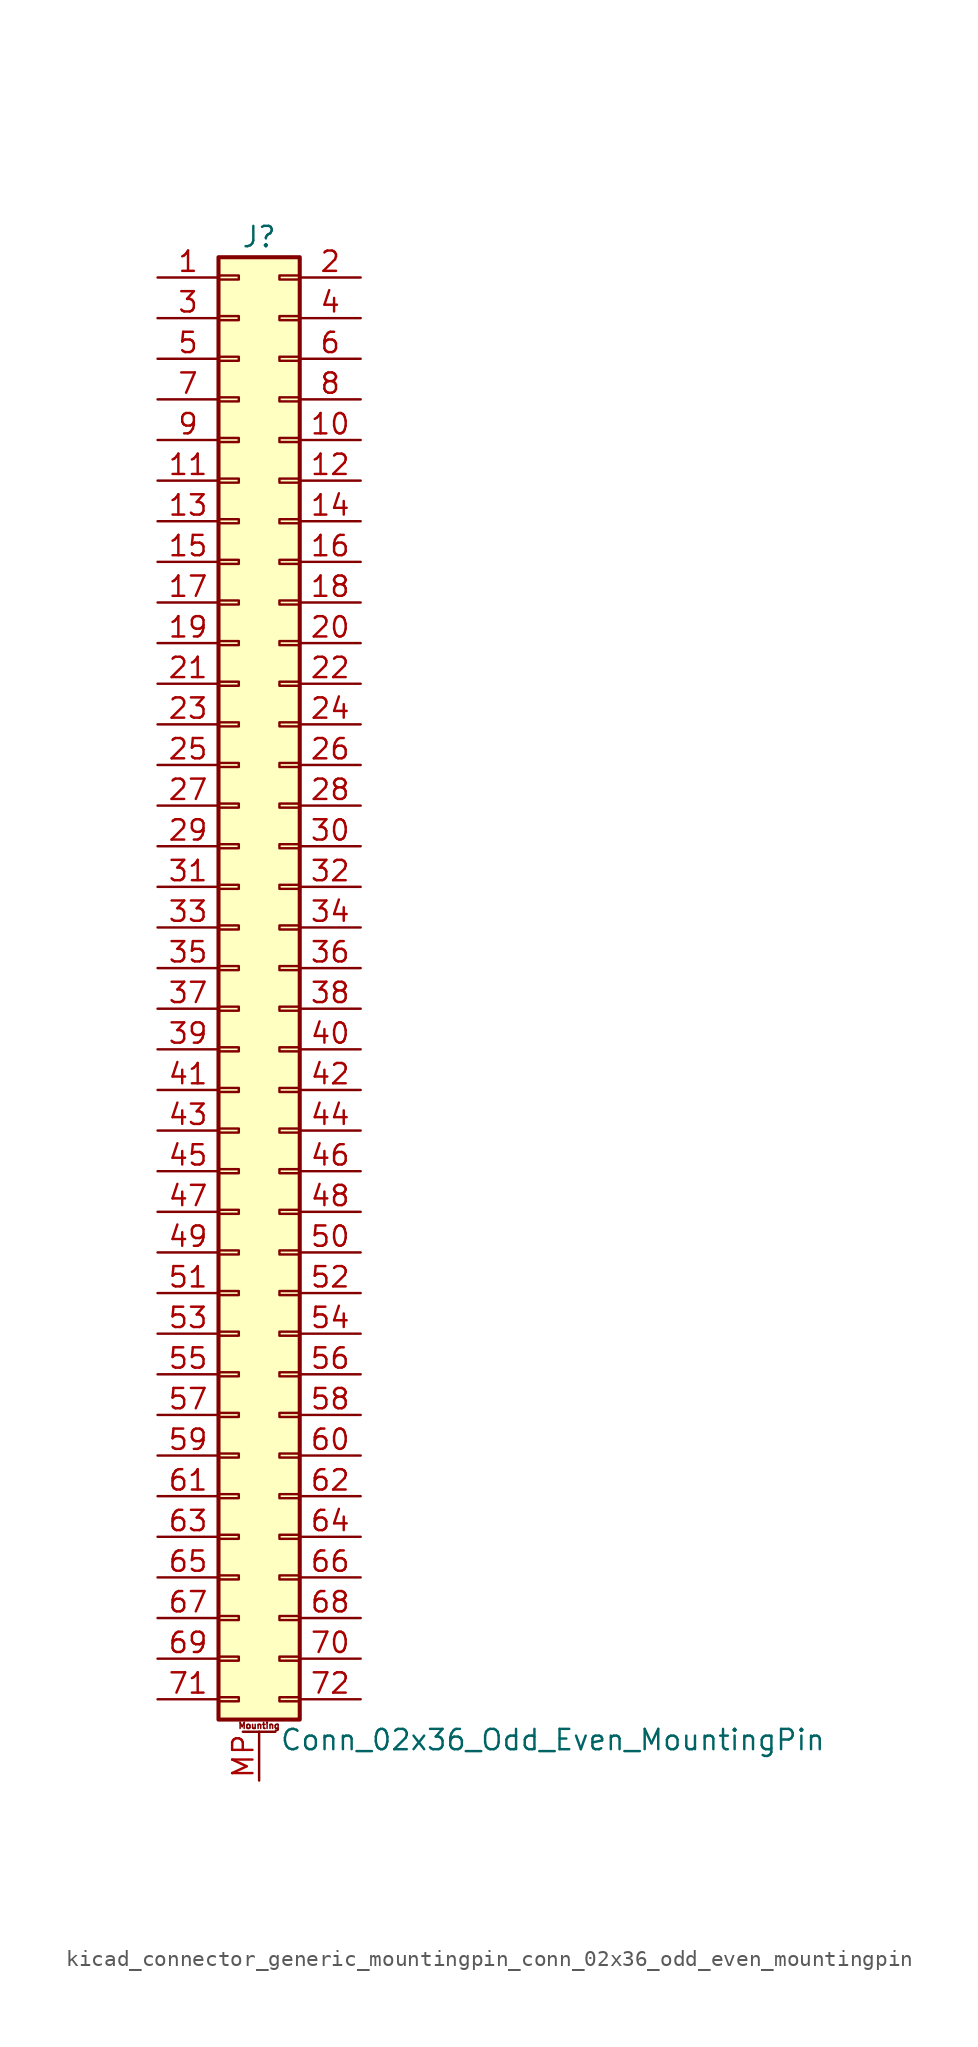
<source format=kicad_sym>
(kicad_symbol_lib
  (version 20220914)
  (generator kicad_symbol_editor)
  (symbol "kicad_connector_generic_mountingpin_conn_02x36_odd_even_mountingpin"
    (pin_names
      (offset 1.016) hide)
    (property "Reference" "J"
      (at 1.27 45.72 0)
      (effects (font (size 1.27 1.27))))
    (property "Value" "Conn_02x36_Odd_Even_MountingPin"
      (at 2.54 -48.26 0)
      (effects (font (size 1.27 1.27)) (justify left)))
    (symbol "kicad_connector_generic_mountingpin_conn_02x36_odd_even_mountingpin_1_1"
      (rectangle (start -1.27 -45.593) (end 0 -45.847) (stroke (width 0.152) (type default)) (fill (type none)))
      (rectangle (start -1.27 -43.053) (end 0 -43.307) (stroke (width 0.152) (type default)) (fill (type none)))
      (rectangle (start -1.27 -40.513) (end 0 -40.767) (stroke (width 0.152) (type default)) (fill (type none)))
      (rectangle (start -1.27 -37.973) (end 0 -38.227) (stroke (width 0.152) (type default)) (fill (type none)))
      (rectangle (start -1.27 -35.433) (end 0 -35.687) (stroke (width 0.152) (type default)) (fill (type none)))
      (rectangle (start -1.27 -32.893) (end 0 -33.147) (stroke (width 0.152) (type default)) (fill (type none)))
      (rectangle (start -1.27 -30.353) (end 0 -30.607) (stroke (width 0.152) (type default)) (fill (type none)))
      (rectangle (start -1.27 -27.813) (end 0 -28.067) (stroke (width 0.152) (type default)) (fill (type none)))
      (rectangle (start -1.27 -25.273) (end 0 -25.527) (stroke (width 0.152) (type default)) (fill (type none)))
      (rectangle (start -1.27 -22.733) (end 0 -22.987) (stroke (width 0.152) (type default)) (fill (type none)))
      (rectangle (start -1.27 -20.193) (end 0 -20.447) (stroke (width 0.152) (type default)) (fill (type none)))
      (rectangle (start -1.27 -17.653) (end 0 -17.907) (stroke (width 0.152) (type default)) (fill (type none)))
      (rectangle (start -1.27 -15.113) (end 0 -15.367) (stroke (width 0.152) (type default)) (fill (type none)))
      (rectangle (start -1.27 -12.573) (end 0 -12.827) (stroke (width 0.152) (type default)) (fill (type none)))
      (rectangle (start -1.27 -10.033) (end 0 -10.287) (stroke (width 0.152) (type default)) (fill (type none)))
      (rectangle (start -1.27 -7.493) (end 0 -7.747) (stroke (width 0.152) (type default)) (fill (type none)))
      (rectangle (start -1.27 -4.953) (end 0 -5.207) (stroke (width 0.152) (type default)) (fill (type none)))
      (rectangle (start -1.27 -2.413) (end 0 -2.667) (stroke (width 0.152) (type default)) (fill (type none)))
      (rectangle (start -1.27 0.127) (end 0 -0.127) (stroke (width 0.152) (type default)) (fill (type none)))
      (rectangle (start -1.27 2.667) (end 0 2.413) (stroke (width 0.152) (type default)) (fill (type none)))
      (rectangle (start -1.27 5.207) (end 0 4.953) (stroke (width 0.152) (type default)) (fill (type none)))
      (rectangle (start -1.27 7.747) (end 0 7.493) (stroke (width 0.152) (type default)) (fill (type none)))
      (rectangle (start -1.27 10.287) (end 0 10.033) (stroke (width 0.152) (type default)) (fill (type none)))
      (rectangle (start -1.27 12.827) (end 0 12.573) (stroke (width 0.152) (type default)) (fill (type none)))
      (rectangle (start -1.27 15.367) (end 0 15.113) (stroke (width 0.152) (type default)) (fill (type none)))
      (rectangle (start -1.27 17.907) (end 0 17.653) (stroke (width 0.152) (type default)) (fill (type none)))
      (rectangle (start -1.27 20.447) (end 0 20.193) (stroke (width 0.152) (type default)) (fill (type none)))
      (rectangle (start -1.27 22.987) (end 0 22.733) (stroke (width 0.152) (type default)) (fill (type none)))
      (rectangle (start -1.27 25.527) (end 0 25.273) (stroke (width 0.152) (type default)) (fill (type none)))
      (rectangle (start -1.27 28.067) (end 0 27.813) (stroke (width 0.152) (type default)) (fill (type none)))
      (rectangle (start -1.27 30.607) (end 0 30.353) (stroke (width 0.152) (type default)) (fill (type none)))
      (rectangle (start -1.27 33.147) (end 0 32.893) (stroke (width 0.152) (type default)) (fill (type none)))
      (rectangle (start -1.27 35.687) (end 0 35.433) (stroke (width 0.152) (type default)) (fill (type none)))
      (rectangle (start -1.27 38.227) (end 0 37.973) (stroke (width 0.152) (type default)) (fill (type none)))
      (rectangle (start -1.27 40.767) (end 0 40.513) (stroke (width 0.152) (type default)) (fill (type none)))
      (rectangle (start -1.27 43.307) (end 0 43.053) (stroke (width 0.152) (type default)) (fill (type none)))
      (rectangle (start -1.27 44.45) (end 3.81 -46.99) (stroke (width 0.254) (type default)) (fill (type background)))
      (polyline (pts (xy 0.254 -47.752) (xy 2.286 -47.752)) (stroke (width 0.152) (type default)) (fill (type none)))
      (rectangle (start 3.81 -45.593) (end 2.54 -45.847) (stroke (width 0.152) (type default)) (fill (type none)))
      (rectangle (start 3.81 -43.053) (end 2.54 -43.307) (stroke (width 0.152) (type default)) (fill (type none)))
      (rectangle (start 3.81 -40.513) (end 2.54 -40.767) (stroke (width 0.152) (type default)) (fill (type none)))
      (rectangle (start 3.81 -37.973) (end 2.54 -38.227) (stroke (width 0.152) (type default)) (fill (type none)))
      (rectangle (start 3.81 -35.433) (end 2.54 -35.687) (stroke (width 0.152) (type default)) (fill (type none)))
      (rectangle (start 3.81 -32.893) (end 2.54 -33.147) (stroke (width 0.152) (type default)) (fill (type none)))
      (rectangle (start 3.81 -30.353) (end 2.54 -30.607) (stroke (width 0.152) (type default)) (fill (type none)))
      (rectangle (start 3.81 -27.813) (end 2.54 -28.067) (stroke (width 0.152) (type default)) (fill (type none)))
      (rectangle (start 3.81 -25.273) (end 2.54 -25.527) (stroke (width 0.152) (type default)) (fill (type none)))
      (rectangle (start 3.81 -22.733) (end 2.54 -22.987) (stroke (width 0.152) (type default)) (fill (type none)))
      (rectangle (start 3.81 -20.193) (end 2.54 -20.447) (stroke (width 0.152) (type default)) (fill (type none)))
      (rectangle (start 3.81 -17.653) (end 2.54 -17.907) (stroke (width 0.152) (type default)) (fill (type none)))
      (rectangle (start 3.81 -15.113) (end 2.54 -15.367) (stroke (width 0.152) (type default)) (fill (type none)))
      (rectangle (start 3.81 -12.573) (end 2.54 -12.827) (stroke (width 0.152) (type default)) (fill (type none)))
      (rectangle (start 3.81 -10.033) (end 2.54 -10.287) (stroke (width 0.152) (type default)) (fill (type none)))
      (rectangle (start 3.81 -7.493) (end 2.54 -7.747) (stroke (width 0.152) (type default)) (fill (type none)))
      (rectangle (start 3.81 -4.953) (end 2.54 -5.207) (stroke (width 0.152) (type default)) (fill (type none)))
      (rectangle (start 3.81 -2.413) (end 2.54 -2.667) (stroke (width 0.152) (type default)) (fill (type none)))
      (rectangle (start 3.81 0.127) (end 2.54 -0.127) (stroke (width 0.152) (type default)) (fill (type none)))
      (rectangle (start 3.81 2.667) (end 2.54 2.413) (stroke (width 0.152) (type default)) (fill (type none)))
      (rectangle (start 3.81 5.207) (end 2.54 4.953) (stroke (width 0.152) (type default)) (fill (type none)))
      (rectangle (start 3.81 7.747) (end 2.54 7.493) (stroke (width 0.152) (type default)) (fill (type none)))
      (rectangle (start 3.81 10.287) (end 2.54 10.033) (stroke (width 0.152) (type default)) (fill (type none)))
      (rectangle (start 3.81 12.827) (end 2.54 12.573) (stroke (width 0.152) (type default)) (fill (type none)))
      (rectangle (start 3.81 15.367) (end 2.54 15.113) (stroke (width 0.152) (type default)) (fill (type none)))
      (rectangle (start 3.81 17.907) (end 2.54 17.653) (stroke (width 0.152) (type default)) (fill (type none)))
      (rectangle (start 3.81 20.447) (end 2.54 20.193) (stroke (width 0.152) (type default)) (fill (type none)))
      (rectangle (start 3.81 22.987) (end 2.54 22.733) (stroke (width 0.152) (type default)) (fill (type none)))
      (rectangle (start 3.81 25.527) (end 2.54 25.273) (stroke (width 0.152) (type default)) (fill (type none)))
      (rectangle (start 3.81 28.067) (end 2.54 27.813) (stroke (width 0.152) (type default)) (fill (type none)))
      (rectangle (start 3.81 30.607) (end 2.54 30.353) (stroke (width 0.152) (type default)) (fill (type none)))
      (rectangle (start 3.81 33.147) (end 2.54 32.893) (stroke (width 0.152) (type default)) (fill (type none)))
      (rectangle (start 3.81 35.687) (end 2.54 35.433) (stroke (width 0.152) (type default)) (fill (type none)))
      (rectangle (start 3.81 38.227) (end 2.54 37.973) (stroke (width 0.152) (type default)) (fill (type none)))
      (rectangle (start 3.81 40.767) (end 2.54 40.513) (stroke (width 0.152) (type default)) (fill (type none)))
      (rectangle (start 3.81 43.307) (end 2.54 43.053) (stroke (width 0.152) (type default)) (fill (type none)))
      (text "Mounting" (at 1.27 -47.371 0) (effects (font (size 0.381 0.381))))
      (pin passive line (at -5.08 43.18 0) (length 3.81) (name "Pin_1" (effects (font (size 1.27 1.27)))) (number "1" (effects (font (size 1.27 1.27)))))
      (pin passive line (at 7.62 33.02 180) (length 3.81) (name "Pin_10" (effects (font (size 1.27 1.27)))) (number "10" (effects (font (size 1.27 1.27)))))
      (pin passive line (at -5.08 30.48 0) (length 3.81) (name "Pin_11" (effects (font (size 1.27 1.27)))) (number "11" (effects (font (size 1.27 1.27)))))
      (pin passive line (at 7.62 30.48 180) (length 3.81) (name "Pin_12" (effects (font (size 1.27 1.27)))) (number "12" (effects (font (size 1.27 1.27)))))
      (pin passive line (at -5.08 27.94 0) (length 3.81) (name "Pin_13" (effects (font (size 1.27 1.27)))) (number "13" (effects (font (size 1.27 1.27)))))
      (pin passive line (at 7.62 27.94 180) (length 3.81) (name "Pin_14" (effects (font (size 1.27 1.27)))) (number "14" (effects (font (size 1.27 1.27)))))
      (pin passive line (at -5.08 25.4 0) (length 3.81) (name "Pin_15" (effects (font (size 1.27 1.27)))) (number "15" (effects (font (size 1.27 1.27)))))
      (pin passive line (at 7.62 25.4 180) (length 3.81) (name "Pin_16" (effects (font (size 1.27 1.27)))) (number "16" (effects (font (size 1.27 1.27)))))
      (pin passive line (at -5.08 22.86 0) (length 3.81) (name "Pin_17" (effects (font (size 1.27 1.27)))) (number "17" (effects (font (size 1.27 1.27)))))
      (pin passive line (at 7.62 22.86 180) (length 3.81) (name "Pin_18" (effects (font (size 1.27 1.27)))) (number "18" (effects (font (size 1.27 1.27)))))
      (pin passive line (at -5.08 20.32 0) (length 3.81) (name "Pin_19" (effects (font (size 1.27 1.27)))) (number "19" (effects (font (size 1.27 1.27)))))
      (pin passive line (at 7.62 43.18 180) (length 3.81) (name "Pin_2" (effects (font (size 1.27 1.27)))) (number "2" (effects (font (size 1.27 1.27)))))
      (pin passive line (at 7.62 20.32 180) (length 3.81) (name "Pin_20" (effects (font (size 1.27 1.27)))) (number "20" (effects (font (size 1.27 1.27)))))
      (pin passive line (at -5.08 17.78 0) (length 3.81) (name "Pin_21" (effects (font (size 1.27 1.27)))) (number "21" (effects (font (size 1.27 1.27)))))
      (pin passive line (at 7.62 17.78 180) (length 3.81) (name "Pin_22" (effects (font (size 1.27 1.27)))) (number "22" (effects (font (size 1.27 1.27)))))
      (pin passive line (at -5.08 15.24 0) (length 3.81) (name "Pin_23" (effects (font (size 1.27 1.27)))) (number "23" (effects (font (size 1.27 1.27)))))
      (pin passive line (at 7.62 15.24 180) (length 3.81) (name "Pin_24" (effects (font (size 1.27 1.27)))) (number "24" (effects (font (size 1.27 1.27)))))
      (pin passive line (at -5.08 12.7 0) (length 3.81) (name "Pin_25" (effects (font (size 1.27 1.27)))) (number "25" (effects (font (size 1.27 1.27)))))
      (pin passive line (at 7.62 12.7 180) (length 3.81) (name "Pin_26" (effects (font (size 1.27 1.27)))) (number "26" (effects (font (size 1.27 1.27)))))
      (pin passive line (at -5.08 10.16 0) (length 3.81) (name "Pin_27" (effects (font (size 1.27 1.27)))) (number "27" (effects (font (size 1.27 1.27)))))
      (pin passive line (at 7.62 10.16 180) (length 3.81) (name "Pin_28" (effects (font (size 1.27 1.27)))) (number "28" (effects (font (size 1.27 1.27)))))
      (pin passive line (at -5.08 7.62 0) (length 3.81) (name "Pin_29" (effects (font (size 1.27 1.27)))) (number "29" (effects (font (size 1.27 1.27)))))
      (pin passive line (at -5.08 40.64 0) (length 3.81) (name "Pin_3" (effects (font (size 1.27 1.27)))) (number "3" (effects (font (size 1.27 1.27)))))
      (pin passive line (at 7.62 7.62 180) (length 3.81) (name "Pin_30" (effects (font (size 1.27 1.27)))) (number "30" (effects (font (size 1.27 1.27)))))
      (pin passive line (at -5.08 5.08 0) (length 3.81) (name "Pin_31" (effects (font (size 1.27 1.27)))) (number "31" (effects (font (size 1.27 1.27)))))
      (pin passive line (at 7.62 5.08 180) (length 3.81) (name "Pin_32" (effects (font (size 1.27 1.27)))) (number "32" (effects (font (size 1.27 1.27)))))
      (pin passive line (at -5.08 2.54 0) (length 3.81) (name "Pin_33" (effects (font (size 1.27 1.27)))) (number "33" (effects (font (size 1.27 1.27)))))
      (pin passive line (at 7.62 2.54 180) (length 3.81) (name "Pin_34" (effects (font (size 1.27 1.27)))) (number "34" (effects (font (size 1.27 1.27)))))
      (pin passive line (at -5.08 0 0) (length 3.81) (name "Pin_35" (effects (font (size 1.27 1.27)))) (number "35" (effects (font (size 1.27 1.27)))))
      (pin passive line (at 7.62 0 180) (length 3.81) (name "Pin_36" (effects (font (size 1.27 1.27)))) (number "36" (effects (font (size 1.27 1.27)))))
      (pin passive line (at -5.08 -2.54 0) (length 3.81) (name "Pin_37" (effects (font (size 1.27 1.27)))) (number "37" (effects (font (size 1.27 1.27)))))
      (pin passive line (at 7.62 -2.54 180) (length 3.81) (name "Pin_38" (effects (font (size 1.27 1.27)))) (number "38" (effects (font (size 1.27 1.27)))))
      (pin passive line (at -5.08 -5.08 0) (length 3.81) (name "Pin_39" (effects (font (size 1.27 1.27)))) (number "39" (effects (font (size 1.27 1.27)))))
      (pin passive line (at 7.62 40.64 180) (length 3.81) (name "Pin_4" (effects (font (size 1.27 1.27)))) (number "4" (effects (font (size 1.27 1.27)))))
      (pin passive line (at 7.62 -5.08 180) (length 3.81) (name "Pin_40" (effects (font (size 1.27 1.27)))) (number "40" (effects (font (size 1.27 1.27)))))
      (pin passive line (at -5.08 -7.62 0) (length 3.81) (name "Pin_41" (effects (font (size 1.27 1.27)))) (number "41" (effects (font (size 1.27 1.27)))))
      (pin passive line (at 7.62 -7.62 180) (length 3.81) (name "Pin_42" (effects (font (size 1.27 1.27)))) (number "42" (effects (font (size 1.27 1.27)))))
      (pin passive line (at -5.08 -10.16 0) (length 3.81) (name "Pin_43" (effects (font (size 1.27 1.27)))) (number "43" (effects (font (size 1.27 1.27)))))
      (pin passive line (at 7.62 -10.16 180) (length 3.81) (name "Pin_44" (effects (font (size 1.27 1.27)))) (number "44" (effects (font (size 1.27 1.27)))))
      (pin passive line (at -5.08 -12.7 0) (length 3.81) (name "Pin_45" (effects (font (size 1.27 1.27)))) (number "45" (effects (font (size 1.27 1.27)))))
      (pin passive line (at 7.62 -12.7 180) (length 3.81) (name "Pin_46" (effects (font (size 1.27 1.27)))) (number "46" (effects (font (size 1.27 1.27)))))
      (pin passive line (at -5.08 -15.24 0) (length 3.81) (name "Pin_47" (effects (font (size 1.27 1.27)))) (number "47" (effects (font (size 1.27 1.27)))))
      (pin passive line (at 7.62 -15.24 180) (length 3.81) (name "Pin_48" (effects (font (size 1.27 1.27)))) (number "48" (effects (font (size 1.27 1.27)))))
      (pin passive line (at -5.08 -17.78 0) (length 3.81) (name "Pin_49" (effects (font (size 1.27 1.27)))) (number "49" (effects (font (size 1.27 1.27)))))
      (pin passive line (at -5.08 38.1 0) (length 3.81) (name "Pin_5" (effects (font (size 1.27 1.27)))) (number "5" (effects (font (size 1.27 1.27)))))
      (pin passive line (at 7.62 -17.78 180) (length 3.81) (name "Pin_50" (effects (font (size 1.27 1.27)))) (number "50" (effects (font (size 1.27 1.27)))))
      (pin passive line (at -5.08 -20.32 0) (length 3.81) (name "Pin_51" (effects (font (size 1.27 1.27)))) (number "51" (effects (font (size 1.27 1.27)))))
      (pin passive line (at 7.62 -20.32 180) (length 3.81) (name "Pin_52" (effects (font (size 1.27 1.27)))) (number "52" (effects (font (size 1.27 1.27)))))
      (pin passive line (at -5.08 -22.86 0) (length 3.81) (name "Pin_53" (effects (font (size 1.27 1.27)))) (number "53" (effects (font (size 1.27 1.27)))))
      (pin passive line (at 7.62 -22.86 180) (length 3.81) (name "Pin_54" (effects (font (size 1.27 1.27)))) (number "54" (effects (font (size 1.27 1.27)))))
      (pin passive line (at -5.08 -25.4 0) (length 3.81) (name "Pin_55" (effects (font (size 1.27 1.27)))) (number "55" (effects (font (size 1.27 1.27)))))
      (pin passive line (at 7.62 -25.4 180) (length 3.81) (name "Pin_56" (effects (font (size 1.27 1.27)))) (number "56" (effects (font (size 1.27 1.27)))))
      (pin passive line (at -5.08 -27.94 0) (length 3.81) (name "Pin_57" (effects (font (size 1.27 1.27)))) (number "57" (effects (font (size 1.27 1.27)))))
      (pin passive line (at 7.62 -27.94 180) (length 3.81) (name "Pin_58" (effects (font (size 1.27 1.27)))) (number "58" (effects (font (size 1.27 1.27)))))
      (pin passive line (at -5.08 -30.48 0) (length 3.81) (name "Pin_59" (effects (font (size 1.27 1.27)))) (number "59" (effects (font (size 1.27 1.27)))))
      (pin passive line (at 7.62 38.1 180) (length 3.81) (name "Pin_6" (effects (font (size 1.27 1.27)))) (number "6" (effects (font (size 1.27 1.27)))))
      (pin passive line (at 7.62 -30.48 180) (length 3.81) (name "Pin_60" (effects (font (size 1.27 1.27)))) (number "60" (effects (font (size 1.27 1.27)))))
      (pin passive line (at -5.08 -33.02 0) (length 3.81) (name "Pin_61" (effects (font (size 1.27 1.27)))) (number "61" (effects (font (size 1.27 1.27)))))
      (pin passive line (at 7.62 -33.02 180) (length 3.81) (name "Pin_62" (effects (font (size 1.27 1.27)))) (number "62" (effects (font (size 1.27 1.27)))))
      (pin passive line (at -5.08 -35.56 0) (length 3.81) (name "Pin_63" (effects (font (size 1.27 1.27)))) (number "63" (effects (font (size 1.27 1.27)))))
      (pin passive line (at 7.62 -35.56 180) (length 3.81) (name "Pin_64" (effects (font (size 1.27 1.27)))) (number "64" (effects (font (size 1.27 1.27)))))
      (pin passive line (at -5.08 -38.1 0) (length 3.81) (name "Pin_65" (effects (font (size 1.27 1.27)))) (number "65" (effects (font (size 1.27 1.27)))))
      (pin passive line (at 7.62 -38.1 180) (length 3.81) (name "Pin_66" (effects (font (size 1.27 1.27)))) (number "66" (effects (font (size 1.27 1.27)))))
      (pin passive line (at -5.08 -40.64 0) (length 3.81) (name "Pin_67" (effects (font (size 1.27 1.27)))) (number "67" (effects (font (size 1.27 1.27)))))
      (pin passive line (at 7.62 -40.64 180) (length 3.81) (name "Pin_68" (effects (font (size 1.27 1.27)))) (number "68" (effects (font (size 1.27 1.27)))))
      (pin passive line (at -5.08 -43.18 0) (length 3.81) (name "Pin_69" (effects (font (size 1.27 1.27)))) (number "69" (effects (font (size 1.27 1.27)))))
      (pin passive line (at -5.08 35.56 0) (length 3.81) (name "Pin_7" (effects (font (size 1.27 1.27)))) (number "7" (effects (font (size 1.27 1.27)))))
      (pin passive line (at 7.62 -43.18 180) (length 3.81) (name "Pin_70" (effects (font (size 1.27 1.27)))) (number "70" (effects (font (size 1.27 1.27)))))
      (pin passive line (at -5.08 -45.72 0) (length 3.81) (name "Pin_71" (effects (font (size 1.27 1.27)))) (number "71" (effects (font (size 1.27 1.27)))))
      (pin passive line (at 7.62 -45.72 180) (length 3.81) (name "Pin_72" (effects (font (size 1.27 1.27)))) (number "72" (effects (font (size 1.27 1.27)))))
      (pin passive line (at 7.62 35.56 180) (length 3.81) (name "Pin_8" (effects (font (size 1.27 1.27)))) (number "8" (effects (font (size 1.27 1.27)))))
      (pin passive line (at -5.08 33.02 0) (length 3.81) (name "Pin_9" (effects (font (size 1.27 1.27)))) (number "9" (effects (font (size 1.27 1.27)))))
      (pin passive line (at 1.27 -50.8 90) (length 3.048) (name "MountPin" (effects (font (size 1.27 1.27)))) (number "MP" (effects (font (size 1.27 1.27))))))))
</source>
